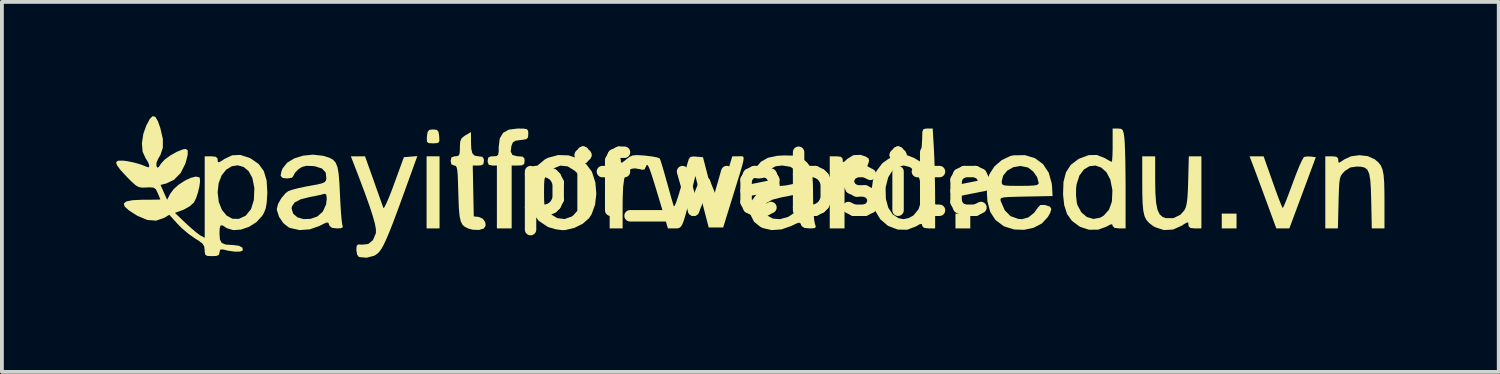
<source format=kicad_pcb>
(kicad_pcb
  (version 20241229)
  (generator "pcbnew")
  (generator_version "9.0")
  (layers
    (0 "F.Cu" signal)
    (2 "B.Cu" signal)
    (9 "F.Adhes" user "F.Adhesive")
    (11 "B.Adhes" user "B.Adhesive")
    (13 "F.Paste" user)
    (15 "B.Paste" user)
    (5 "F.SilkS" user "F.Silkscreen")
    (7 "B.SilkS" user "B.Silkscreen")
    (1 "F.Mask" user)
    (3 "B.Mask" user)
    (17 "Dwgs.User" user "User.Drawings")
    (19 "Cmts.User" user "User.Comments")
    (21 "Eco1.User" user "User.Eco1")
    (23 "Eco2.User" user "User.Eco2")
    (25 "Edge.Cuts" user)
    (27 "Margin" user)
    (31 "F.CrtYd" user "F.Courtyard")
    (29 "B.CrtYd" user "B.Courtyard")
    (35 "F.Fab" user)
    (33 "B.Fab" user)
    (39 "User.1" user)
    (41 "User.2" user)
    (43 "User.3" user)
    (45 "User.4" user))
  (footprint "pif_website"
    (layer "F.Cu")
    (at 16.799 1.783)
    (property "Reference" "pif_website" (at 0 0 0) (layer "F.SilkS") (effects (font (size 1.524 1.524) (thickness 0.3))))
    (attr through_hole)
    (fp_poly (pts (xy -8.305 1.166) (xy -8.645 1.166) (xy -8.645 -0.728) (xy -8.305 -0.728)) (stroke (width 0) (type solid)) (fill yes) (layer "F.SilkS"))
    (fp_poly (pts (xy 5.634 1.166) (xy 5.245 1.166) (xy 5.245 0.777) (xy 5.634 0.777)) (stroke (width 0) (type solid)) (fill yes) (layer "F.SilkS"))
    (fp_poly (pts (xy 12.627 1.166) (xy 12.239 1.166) (xy 12.239 0.777) (xy 12.627 0.777)) (stroke (width 0) (type solid)) (fill yes) (layer "F.SilkS"))
    (fp_poly (pts (xy -8.378 -1.423) (xy -8.333 -1.375) (xy -8.315 -1.26) (xy -8.314 -1.251) (xy -8.309 -1.132) (xy -8.339 -1.081) (xy -8.43 -1.069) (xy -8.475 -1.068) (xy -8.589 -1.074) (xy -8.636 -1.109) (xy -8.639 -1.204) (xy -8.636 -1.251) (xy -8.618 -1.37) (xy -8.575 -1.422) (xy -8.482 -1.433) (xy -8.475 -1.433)) (stroke (width 0) (type solid)) (fill yes) (layer "F.SilkS"))
    (fp_poly (pts (xy 2.883 -0.723) (xy 2.962 -0.674) (xy 2.976 -0.609) (xy 2.951 -0.523) (xy 2.907 -0.427) (xy 2.843 -0.395) (xy 2.733 -0.405) (xy 2.593 -0.409) (xy 2.486 -0.351) (xy 2.448 -0.316) (xy 2.402 -0.265) (xy 2.37 -0.209) (xy 2.349 -0.13) (xy 2.338 -0.011) (xy 2.332 0.165) (xy 2.331 0.418) (xy 2.331 0.483) (xy 2.331 1.166) (xy 1.943 1.166) (xy 1.943 -0.728) (xy 2.113 -0.728) (xy 2.23 -0.717) (xy 2.277 -0.675) (xy 2.283 -0.634) (xy 2.289 -0.577) (xy 2.321 -0.583) (xy 2.399 -0.655) (xy 2.402 -0.658) (xy 2.563 -0.758) (xy 2.751 -0.766)) (stroke (width 0) (type solid)) (fill yes) (layer "F.SilkS"))
    (fp_poly (pts (xy 13.578 -0.049) (xy 13.663 0.189) (xy 13.738 0.391) (xy 13.797 0.54) (xy 13.834 0.621) (xy 13.841 0.631) (xy 13.865 0.588) (xy 13.916 0.47) (xy 13.985 0.292) (xy 14.068 0.071) (xy 14.104 -0.029) (xy 14.193 -0.265) (xy 14.275 -0.468) (xy 14.344 -0.619) (xy 14.392 -0.702) (xy 14.403 -0.712) (xy 14.497 -0.725) (xy 14.587 -0.72) (xy 14.709 -0.704) (xy 14.362 0.231) (xy 14.014 1.166) (xy 13.843 1.165) (xy 13.671 1.165) (xy 13.409 0.449) (xy 13.31 0.181) (xy 13.216 -0.073) (xy 13.135 -0.292) (xy 13.075 -0.452) (xy 13.057 -0.498) (xy 12.969 -0.728) (xy 13.338 -0.728)) (stroke (width 0) (type solid)) (fill yes) (layer "F.SilkS"))
    (fp_poly (pts (xy 10.49 -0.096) (xy 10.496 0.242) (xy 10.515 0.495) (xy 10.551 0.676) (xy 10.607 0.795) (xy 10.687 0.866) (xy 10.769 0.896) (xy 10.973 0.895) (xy 11.153 0.806) (xy 11.253 0.696) (xy 11.291 0.62) (xy 11.318 0.515) (xy 11.337 0.362) (xy 11.35 0.143) (xy 11.357 -0.083) (xy 11.374 -0.728) (xy 11.704 -0.728) (xy 11.704 1.166) (xy 11.534 1.166) (xy 11.417 1.155) (xy 11.37 1.112) (xy 11.364 1.07) (xy 11.359 1.015) (xy 11.327 1.009) (xy 11.247 1.054) (xy 11.188 1.094) (xy 10.959 1.196) (xy 10.718 1.209) (xy 10.488 1.134) (xy 10.437 1.103) (xy 10.336 1.027) (xy 10.261 0.946) (xy 10.21 0.843) (xy 10.178 0.703) (xy 10.16 0.509) (xy 10.152 0.245) (xy 10.151 0.012) (xy 10.15 -0.728) (xy 10.49 -0.728)) (stroke (width 0) (type solid)) (fill yes) (layer "F.SilkS"))
    (fp_poly (pts (xy 16.074 -0.732) (xy 16.254 -0.651) (xy 16.346 -0.574) (xy 16.414 -0.491) (xy 16.46 -0.384) (xy 16.489 -0.239) (xy 16.505 -0.038) (xy 16.511 0.235) (xy 16.512 0.425) (xy 16.512 1.166) (xy 16.179 1.166) (xy 16.164 0.439) (xy 16.155 0.122) (xy 16.139 -0.11) (xy 16.11 -0.271) (xy 16.065 -0.373) (xy 15.996 -0.43) (xy 15.899 -0.454) (xy 15.783 -0.459) (xy 15.613 -0.434) (xy 15.476 -0.345) (xy 15.456 -0.326) (xy 15.403 -0.269) (xy 15.366 -0.212) (xy 15.341 -0.136) (xy 15.326 -0.023) (xy 15.316 0.145) (xy 15.308 0.385) (xy 15.306 0.487) (xy 15.289 1.166) (xy 14.958 1.166) (xy 14.958 -0.728) (xy 15.128 -0.728) (xy 15.245 -0.718) (xy 15.293 -0.676) (xy 15.298 -0.63) (xy 15.303 -0.569) (xy 15.332 -0.563) (xy 15.409 -0.613) (xy 15.448 -0.642) (xy 15.632 -0.727) (xy 15.854 -0.757)) (stroke (width 0) (type solid)) (fill yes) (layer "F.SilkS"))
    (fp_poly (pts (xy -6.089 -1.455) (xy -6.009 -1.439) (xy -5.979 -1.397) (xy -5.974 -1.317) (xy -5.974 -1.314) (xy -5.982 -1.223) (xy -6.025 -1.179) (xy -6.131 -1.16) (xy -6.177 -1.156) (xy -6.31 -1.138) (xy -6.379 -1.094) (xy -6.416 -1.004) (xy -6.417 -1.004) (xy -6.436 -0.85) (xy -6.389 -0.762) (xy -6.269 -0.729) (xy -6.236 -0.728) (xy -6.123 -0.719) (xy -6.078 -0.675) (xy -6.071 -0.607) (xy -6.083 -0.525) (xy -6.141 -0.491) (xy -6.241 -0.486) (xy -6.411 -0.486) (xy -6.411 1.166) (xy -6.799 1.166) (xy -6.799 -0.486) (xy -6.921 -0.486) (xy -7.013 -0.506) (xy -7.042 -0.585) (xy -7.042 -0.607) (xy -7.026 -0.694) (xy -6.96 -0.726) (xy -6.896 -0.728) (xy -6.81 -0.734) (xy -6.767 -0.766) (xy -6.752 -0.85) (xy -6.751 -0.974) (xy -6.724 -1.195) (xy -6.637 -1.344) (xy -6.483 -1.429) (xy -6.254 -1.457) (xy -6.243 -1.457)) (stroke (width 0) (type solid)) (fill yes) (layer "F.SilkS"))
    (fp_poly (pts (xy -9.078 -0.209) (xy -9.252 0.272) (xy -9.398 0.671) (xy -9.519 0.995) (xy -9.62 1.252) (xy -9.704 1.451) (xy -9.775 1.601) (xy -9.836 1.71) (xy -9.893 1.786) (xy -9.947 1.837) (xy -10.004 1.873) (xy -10.03 1.886) (xy -10.219 1.935) (xy -10.401 1.92) (xy -10.43 1.91) (xy -10.471 1.85) (xy -10.49 1.736) (xy -10.49 1.728) (xy -10.482 1.622) (xy -10.44 1.586) (xy -10.343 1.593) (xy -10.178 1.575) (xy -10.053 1.473) (xy -9.979 1.297) (xy -9.976 1.281) (xy -9.976 1.188) (xy -10.002 1.044) (xy -10.058 0.843) (xy -10.144 0.578) (xy -10.264 0.241) (xy -10.42 -0.173) (xy -10.545 -0.498) (xy -10.635 -0.728) (xy -10.262 -0.728) (xy -10.033 -0.085) (xy -9.949 0.154) (xy -9.874 0.363) (xy -9.817 0.524) (xy -9.784 0.619) (xy -9.78 0.631) (xy -9.756 0.614) (xy -9.706 0.518) (xy -9.636 0.358) (xy -9.553 0.147) (xy -9.499 0) (xy -9.242 -0.704) (xy -8.888 -0.734)) (stroke (width 0) (type solid)) (fill yes) (layer "F.SilkS"))
    (fp_poly (pts (xy -7.479 -1.124) (xy -7.472 -0.925) (xy -7.443 -0.805) (xy -7.384 -0.745) (xy -7.286 -0.729) (xy -7.28 -0.728) (xy -7.178 -0.714) (xy -7.142 -0.655) (xy -7.139 -0.607) (xy -7.155 -0.521) (xy -7.221 -0.489) (xy -7.286 -0.486) (xy -7.433 -0.486) (xy -7.406 0.85) (xy -7.273 0.865) (xy -7.169 0.911) (xy -7.105 1.001) (xy -7.095 1.099) (xy -7.145 1.17) (xy -7.27 1.206) (xy -7.434 1.2) (xy -7.554 1.168) (xy -7.641 1.124) (xy -7.705 1.066) (xy -7.749 0.976) (xy -7.779 0.841) (xy -7.797 0.646) (xy -7.808 0.374) (xy -7.812 0.236) (xy -7.82 -0.043) (xy -7.828 -0.24) (xy -7.84 -0.368) (xy -7.857 -0.442) (xy -7.881 -0.476) (xy -7.915 -0.486) (xy -7.922 -0.486) (xy -7.994 -0.517) (xy -8.013 -0.607) (xy -7.993 -0.699) (xy -7.914 -0.728) (xy -7.892 -0.728) (xy -7.819 -0.737) (xy -7.783 -0.779) (xy -7.771 -0.88) (xy -7.771 -0.961) (xy -7.763 -1.109) (xy -7.73 -1.197) (xy -7.654 -1.262) (xy -7.625 -1.279) (xy -7.479 -1.365)) (stroke (width 0) (type solid)) (fill yes) (layer "F.SilkS"))
    (fp_poly (pts (xy -4.922 -0.753) (xy -4.671 -0.674) (xy -4.459 -0.53) (xy -4.308 -0.33) (xy -4.302 -0.317) (xy -4.213 -0.043) (xy -4.187 0.253) (xy -4.22 0.542) (xy -4.312 0.795) (xy -4.379 0.898) (xy -4.543 1.042) (xy -4.762 1.151) (xy -4.999 1.208) (xy -5.075 1.212) (xy -5.248 1.19) (xy -5.432 1.137) (xy -5.467 1.122) (xy -5.7 0.967) (xy -5.861 0.749) (xy -5.948 0.471) (xy -5.957 0.219) (xy -5.561 0.219) (xy -5.559 0.423) (xy -5.55 0.555) (xy -5.525 0.642) (xy -5.479 0.709) (xy -5.402 0.781) (xy -5.216 0.895) (xy -5.021 0.92) (xy -4.836 0.855) (xy -4.797 0.827) (xy -4.665 0.682) (xy -4.591 0.489) (xy -4.57 0.233) (xy -4.574 0.116) (xy -4.591 -0.066) (xy -4.62 -0.184) (xy -4.674 -0.27) (xy -4.751 -0.346) (xy -4.939 -0.463) (xy -5.131 -0.483) (xy -5.321 -0.407) (xy -5.402 -0.344) (xy -5.479 -0.272) (xy -5.525 -0.205) (xy -5.55 -0.118) (xy -5.559 0.015) (xy -5.561 0.219) (xy -5.957 0.219) (xy -5.96 0.135) (xy -5.954 0.075) (xy -5.885 -0.233) (xy -5.746 -0.474) (xy -5.538 -0.647) (xy -5.453 -0.69) (xy -5.189 -0.761)) (stroke (width 0) (type solid)) (fill yes) (layer "F.SilkS"))
    (fp_poly (pts (xy 4.679 -0.911) (xy 4.691 -0.655) (xy 4.7 -0.339) (xy 4.707 0.002) (xy 4.711 0.331) (xy 4.711 0.401) (xy 4.711 1.166) (xy 4.541 1.166) (xy 4.418 1.151) (xy 4.372 1.103) (xy 4.371 1.089) (xy 4.359 1.047) (xy 4.309 1.055) (xy 4.207 1.113) (xy 3.978 1.201) (xy 3.731 1.197) (xy 3.482 1.102) (xy 3.465 1.092) (xy 3.271 0.925) (xy 3.136 0.702) (xy 3.059 0.445) (xy 3.04 0.171) (xy 3.048 0.114) (xy 3.41 0.114) (xy 3.417 0.391) (xy 3.481 0.623) (xy 3.595 0.796) (xy 3.751 0.899) (xy 3.885 0.923) (xy 4.019 0.893) (xy 4.142 0.825) (xy 4.277 0.659) (xy 4.35 0.426) (xy 4.358 0.139) (xy 4.355 0.105) (xy 4.295 -0.151) (xy 4.187 -0.335) (xy 4.046 -0.446) (xy 3.889 -0.486) (xy 3.731 -0.454) (xy 3.588 -0.35) (xy 3.478 -0.175) (xy 3.415 0.072) (xy 3.41 0.114) (xy 3.048 0.114) (xy 3.078 -0.098) (xy 3.172 -0.343) (xy 3.324 -0.546) (xy 3.495 -0.668) (xy 3.741 -0.759) (xy 3.958 -0.763) (xy 4.159 -0.684) (xy 4.31 -0.592) (xy 4.341 -0.812) (xy 4.36 -1.008) (xy 4.371 -1.209) (xy 4.371 -1.245) (xy 4.376 -1.377) (xy 4.402 -1.438) (xy 4.467 -1.456) (xy 4.509 -1.457) (xy 4.647 -1.457)) (stroke (width 0) (type solid)) (fill yes) (layer "F.SilkS"))
    (fp_poly (pts (xy 9.594 -1.45) (xy 9.64 -1.413) (xy 9.666 -1.321) (xy 9.682 -1.202) (xy 9.691 -1.077) (xy 9.699 -0.873) (xy 9.706 -0.61) (xy 9.71 -0.306) (xy 9.713 0.02) (xy 9.713 0.109) (xy 9.713 1.166) (xy 9.543 1.166) (xy 9.417 1.15) (xy 9.373 1.099) (xy 9.373 1.093) (xy 9.359 1.055) (xy 9.301 1.069) (xy 9.215 1.118) (xy 8.996 1.198) (xy 8.753 1.201) (xy 8.521 1.125) (xy 8.498 1.112) (xy 8.304 0.968) (xy 8.175 0.787) (xy 8.1 0.551) (xy 8.074 0.302) (xy 8.411 0.302) (xy 8.431 0.482) (xy 8.448 0.552) (xy 8.55 0.743) (xy 8.696 0.867) (xy 8.868 0.917) (xy 9.045 0.885) (xy 9.142 0.827) (xy 9.28 0.669) (xy 9.354 0.458) (xy 9.366 0.181) (xy 9.364 0.145) (xy 9.312 -0.116) (xy 9.211 -0.308) (xy 9.075 -0.432) (xy 8.921 -0.485) (xy 8.763 -0.468) (xy 8.618 -0.381) (xy 8.5 -0.222) (xy 8.426 0.009) (xy 8.413 0.114) (xy 8.411 0.302) (xy 8.074 0.302) (xy 8.071 0.271) (xy 8.082 -0.055) (xy 8.148 -0.31) (xy 8.274 -0.504) (xy 8.467 -0.65) (xy 8.499 -0.668) (xy 8.743 -0.759) (xy 8.958 -0.763) (xy 9.164 -0.682) (xy 9.168 -0.68) (xy 9.276 -0.617) (xy 9.343 -0.584) (xy 9.35 -0.583) (xy 9.36 -0.628) (xy 9.368 -0.748) (xy 9.373 -0.922) (xy 9.373 -1.02) (xy 9.373 -1.457) (xy 9.512 -1.457)) (stroke (width 0) (type solid)) (fill yes) (layer "F.SilkS"))
    (fp_poly (pts (xy 7.334 -0.678) (xy 7.545 -0.522) (xy 7.694 -0.298) (xy 7.774 -0.013) (xy 7.783 0.083) (xy 7.795 0.316) (xy 7.1 0.329) (xy 6.828 0.335) (xy 6.639 0.341) (xy 6.519 0.351) (xy 6.453 0.367) (xy 6.428 0.391) (xy 6.429 0.427) (xy 6.435 0.451) (xy 6.538 0.688) (xy 6.69 0.843) (xy 6.894 0.916) (xy 6.993 0.923) (xy 7.157 0.878) (xy 7.313 0.754) (xy 7.415 0.612) (xy 7.474 0.552) (xy 7.574 0.549) (xy 7.618 0.557) (xy 7.726 0.594) (xy 7.763 0.656) (xy 7.732 0.76) (xy 7.672 0.865) (xy 7.516 1.034) (xy 7.3 1.148) (xy 7.048 1.203) (xy 6.785 1.194) (xy 6.534 1.116) (xy 6.506 1.102) (xy 6.296 0.946) (xy 6.157 0.731) (xy 6.084 0.452) (xy 6.071 0.234) (xy 6.08 0.036) (xy 6.095 -0.066) (xy 6.459 -0.066) (xy 6.463 -0.014) (xy 6.486 0.019) (xy 6.546 0.038) (xy 6.661 0.046) (xy 6.848 0.048) (xy 6.945 0.049) (xy 7.17 0.046) (xy 7.315 0.038) (xy 7.395 0.021) (xy 7.427 -0.008) (xy 7.431 -0.027) (xy 7.39 -0.18) (xy 7.288 -0.328) (xy 7.154 -0.431) (xy 7.142 -0.436) (xy 6.95 -0.474) (xy 6.763 -0.441) (xy 6.603 -0.351) (xy 6.495 -0.216) (xy 6.459 -0.066) (xy 6.095 -0.066) (xy 6.106 -0.145) (xy 6.136 -0.257) (xy 6.267 -0.461) (xy 6.46 -0.628) (xy 6.684 -0.735) (xy 6.768 -0.754) (xy 7.072 -0.758)) (stroke (width 0) (type solid)) (fill yes) (layer "F.SilkS"))
    (fp_poly (pts (xy -11.373 -0.743) (xy -11.336 -0.734) (xy -11.202 -0.692) (xy -11.103 -0.639) (xy -11.033 -0.561) (xy -10.985 -0.442) (xy -10.955 -0.269) (xy -10.935 -0.026) (xy -10.921 0.26) (xy -10.908 0.523) (xy -10.893 0.757) (xy -10.877 0.941) (xy -10.862 1.056) (xy -10.855 1.081) (xy -10.846 1.137) (xy -10.896 1.161) (xy -11 1.166) (xy -11.13 1.151) (xy -11.193 1.101) (xy -11.204 1.072) (xy -11.223 1.021) (xy -11.261 1.009) (xy -11.341 1.04) (xy -11.449 1.097) (xy -11.709 1.19) (xy -11.98 1.21) (xy -12.23 1.154) (xy -12.272 1.136) (xy -12.41 1.025) (xy -12.52 0.861) (xy -12.576 0.687) (xy -12.578 0.648) (xy -12.578 0.647) (xy -12.19 0.647) (xy -12.148 0.781) (xy -12.037 0.875) (xy -11.878 0.922) (xy -11.693 0.915) (xy -11.517 0.854) (xy -11.371 0.726) (xy -11.285 0.536) (xy -11.267 0.381) (xy -11.28 0.278) (xy -11.323 0.255) (xy -11.337 0.259) (xy -11.42 0.282) (xy -11.564 0.313) (xy -11.714 0.341) (xy -11.957 0.403) (xy -12.111 0.485) (xy -12.183 0.592) (xy -12.19 0.647) (xy -12.578 0.647) (xy -12.544 0.519) (xy -12.459 0.37) (xy -12.349 0.241) (xy -12.278 0.187) (xy -12.18 0.152) (xy -12.016 0.109) (xy -11.814 0.066) (xy -11.729 0.051) (xy -11.522 0.013) (xy -11.392 -0.018) (xy -11.32 -0.051) (xy -11.288 -0.095) (xy -11.277 -0.146) (xy -11.295 -0.301) (xy -11.393 -0.407) (xy -11.574 -0.465) (xy -11.636 -0.472) (xy -11.803 -0.478) (xy -11.92 -0.447) (xy -12.008 -0.39) (xy -12.098 -0.3) (xy -12.141 -0.222) (xy -12.141 -0.215) (xy -12.184 -0.163) (xy -12.311 -0.146) (xy -12.432 -0.161) (xy -12.479 -0.218) (xy -12.458 -0.331) (xy -12.425 -0.412) (xy -12.308 -0.559) (xy -12.122 -0.672) (xy -11.888 -0.745) (xy -11.631 -0.771)) (stroke (width 0) (type solid)) (fill yes) (layer "F.SilkS"))
    (fp_poly (pts (xy 0.966 -0.746) (xy 1.106 -0.723) (xy 1.21 -0.676) (xy 1.247 -0.651) (xy 1.347 -0.566) (xy 1.417 -0.473) (xy 1.463 -0.352) (xy 1.49 -0.185) (xy 1.502 0.045) (xy 1.505 0.3) (xy 1.509 0.547) (xy 1.519 0.768) (xy 1.534 0.939) (xy 1.552 1.039) (xy 1.553 1.041) (xy 1.577 1.121) (xy 1.553 1.157) (xy 1.459 1.165) (xy 1.41 1.166) (xy 1.273 1.152) (xy 1.204 1.103) (xy 1.192 1.076) (xy 1.169 1.026) (xy 1.129 1.016) (xy 1.045 1.047) (xy 0.938 1.1) (xy 0.676 1.192) (xy 0.415 1.21) (xy 0.181 1.155) (xy 0.112 1.119) (xy -0.047 0.989) (xy -0.128 0.828) (xy -0.146 0.654) (xy -0.137 0.609) (xy 0.214 0.609) (xy 0.221 0.695) (xy 0.307 0.831) (xy 0.452 0.909) (xy 0.636 0.923) (xy 0.838 0.867) (xy 0.875 0.849) (xy 0.996 0.767) (xy 1.074 0.656) (xy 1.125 0.486) (xy 1.138 0.418) (xy 1.155 0.299) (xy 1.141 0.253) (xy 1.096 0.259) (xy 1.01 0.282) (xy 0.862 0.314) (xy 0.698 0.345) (xy 0.444 0.409) (xy 0.282 0.497) (xy 0.214 0.609) (xy -0.137 0.609) (xy -0.103 0.436) (xy 0.023 0.266) (xy 0.232 0.146) (xy 0.303 0.123) (xy 0.471 0.08) (xy 0.62 0.053) (xy 0.677 0.048) (xy 0.807 0.035) (xy 0.965 0.002) (xy 0.988 -0.004) (xy 1.107 -0.044) (xy 1.152 -0.091) (xy 1.147 -0.171) (xy 1.144 -0.186) (xy 1.061 -0.352) (xy 0.908 -0.453) (xy 0.697 -0.486) (xy 0.525 -0.467) (xy 0.401 -0.402) (xy 0.362 -0.366) (xy 0.281 -0.272) (xy 0.243 -0.201) (xy 0.243 -0.196) (xy 0.2 -0.163) (xy 0.095 -0.146) (xy 0.073 -0.146) (xy -0.046 -0.159) (xy -0.091 -0.209) (xy -0.065 -0.309) (xy -0.002 -0.423) (xy 0.135 -0.585) (xy 0.32 -0.689) (xy 0.567 -0.742) (xy 0.761 -0.751)) (stroke (width 0) (type solid)) (fill yes) (layer "F.SilkS"))
    (fp_poly (pts (xy -2.961 -0.751) (xy -2.898 -0.745) (xy -2.723 -0.724) (xy -2.589 -0.698) (xy -2.523 -0.672) (xy -2.521 -0.67) (xy -2.498 -0.608) (xy -2.455 -0.473) (xy -2.4 -0.284) (xy -2.337 -0.06) (xy -2.336 -0.058) (xy -2.273 0.169) (xy -2.218 0.366) (xy -2.175 0.511) (xy -2.153 0.583) (xy -2.129 0.571) (xy -2.085 0.466) (xy -2.02 0.268) (xy -1.936 -0.021) (xy -1.832 -0.4) (xy -1.799 -0.525) (xy -1.759 -0.654) (xy -1.714 -0.712) (xy -1.633 -0.724) (xy -1.565 -0.719) (xy -1.386 -0.704) (xy -1.219 -0.059) (xy -1.157 0.171) (xy -1.1 0.36) (xy -1.055 0.491) (xy -1.026 0.548) (xy -1.021 0.548) (xy -0.996 0.49) (xy -0.949 0.356) (xy -0.888 0.167) (xy -0.818 -0.06) (xy -0.803 -0.109) (xy -0.616 -0.728) (xy -0.453 -0.728) (xy -0.395 -0.73) (xy -0.353 -0.729) (xy -0.326 -0.713) (xy -0.318 -0.671) (xy -0.329 -0.591) (xy -0.362 -0.463) (xy -0.417 -0.276) (xy -0.497 -0.018) (xy -0.6 0.316) (xy -0.856 1.141) (xy -1.236 1.141) (xy -1.411 0.464) (xy -1.586 -0.213) (xy -1.694 0.221) (xy -1.774 0.541) (xy -1.836 0.78) (xy -1.886 0.948) (xy -1.928 1.058) (xy -1.969 1.123) (xy -2.014 1.155) (xy -2.069 1.165) (xy -2.128 1.165) (xy -2.307 1.165) (xy -2.572 0.284) (xy -2.665 -0.023) (xy -2.736 -0.245) (xy -2.788 -0.394) (xy -2.826 -0.477) (xy -2.853 -0.504) (xy -2.873 -0.486) (xy -2.878 -0.471) (xy -2.922 -0.383) (xy -2.988 -0.373) (xy -3.033 -0.388) (xy -3.166 -0.411) (xy -3.251 -0.403) (xy -3.343 -0.359) (xy -3.41 -0.273) (xy -3.456 -0.132) (xy -3.483 0.074) (xy -3.495 0.359) (xy -3.497 0.532) (xy -3.497 1.166) (xy -3.837 1.166) (xy -3.837 -0.728) (xy -3.691 -0.728) (xy -3.585 -0.714) (xy -3.547 -0.658) (xy -3.545 -0.627) (xy -3.54 -0.567) (xy -3.511 -0.562) (xy -3.438 -0.616) (xy -3.396 -0.651) (xy -3.311 -0.716) (xy -3.23 -0.751) (xy -3.124 -0.76)) (stroke (width 0) (type solid)) (fill yes) (layer "F.SilkS"))
    (fp_poly (pts (xy -15.77 -1.765) (xy -15.703 -1.653) (xy -15.638 -1.469) (xy -15.572 -1.184) (xy -15.572 -0.952) (xy -15.639 -0.755) (xy -15.685 -0.682) (xy -15.739 -0.562) (xy -15.74 -0.472) (xy -15.713 -0.428) (xy -15.674 -0.453) (xy -15.619 -0.538) (xy -15.526 -0.639) (xy -15.377 -0.749) (xy -15.207 -0.845) (xy -15.049 -0.909) (xy -14.97 -0.922) (xy -14.919 -0.883) (xy -14.92 -0.764) (xy -14.972 -0.563) (xy -14.985 -0.526) (xy -15.106 -0.287) (xy -15.279 -0.111) (xy -15.478 -0.016) (xy -15.633 0.024) (xy -15.547 0.219) (xy -15.46 0.413) (xy -15.378 0.255) (xy -15.286 0.132) (xy -15.152 0.014) (xy -14.997 -0.087) (xy -14.842 -0.161) (xy -14.709 -0.195) (xy -14.619 -0.179) (xy -14.604 -0.162) (xy -14.594 -0.078) (xy -14.612 0.062) (xy -14.65 0.225) (xy -14.702 0.378) (xy -14.757 0.486) (xy -14.86 0.58) (xy -15.006 0.664) (xy -15.05 0.683) (xy -15.254 0.758) (xy -14.973 1.027) (xy -14.824 1.162) (xy -14.689 1.276) (xy -14.593 1.347) (xy -14.582 1.353) (xy -14.473 1.412) (xy -14.473 0.219) (xy -14.133 0.219) (xy -14.103 0.473) (xy -14.02 0.68) (xy -13.897 0.829) (xy -13.746 0.911) (xy -13.577 0.916) (xy -13.403 0.835) (xy -13.39 0.825) (xy -13.256 0.659) (xy -13.182 0.421) (xy -13.169 0.119) (xy -13.171 0.092) (xy -13.221 -0.159) (xy -13.32 -0.339) (xy -13.453 -0.449) (xy -13.604 -0.491) (xy -13.76 -0.467) (xy -13.906 -0.379) (xy -14.026 -0.23) (xy -14.107 -0.021) (xy -14.133 0.219) (xy -14.473 0.219) (xy -14.473 -0.728) (xy -14.303 -0.728) (xy -14.185 -0.717) (xy -14.138 -0.675) (xy -14.133 -0.633) (xy -14.127 -0.578) (xy -14.095 -0.572) (xy -14.015 -0.617) (xy -13.956 -0.657) (xy -13.752 -0.754) (xy -13.541 -0.765) (xy -13.305 -0.69) (xy -13.259 -0.668) (xy -13.057 -0.528) (xy -12.921 -0.341) (xy -12.847 -0.096) (xy -12.828 0.22) (xy -12.83 0.271) (xy -12.844 0.489) (xy -12.871 0.643) (xy -12.919 0.763) (xy -12.967 0.842) (xy -13.118 1.004) (xy -13.311 1.125) (xy -13.52 1.197) (xy -13.722 1.211) (xy -13.89 1.161) (xy -13.917 1.143) (xy -14.008 1.084) (xy -14.059 1.091) (xy -14.08 1.174) (xy -14.084 1.306) (xy -14.073 1.456) (xy -14.027 1.545) (xy -13.927 1.589) (xy -13.752 1.602) (xy -13.72 1.603) (xy -13.571 1.622) (xy -13.483 1.67) (xy -13.471 1.737) (xy -13.476 1.746) (xy -13.545 1.775) (xy -13.681 1.776) (xy -13.86 1.751) (xy -13.999 1.717) (xy -14.067 1.725) (xy -14.084 1.794) (xy -14.099 1.859) (xy -14.162 1.888) (xy -14.278 1.894) (xy -14.403 1.889) (xy -14.458 1.857) (xy -14.473 1.777) (xy -14.474 1.736) (xy -14.485 1.639) (xy -14.531 1.565) (xy -14.633 1.487) (xy -14.722 1.433) (xy -14.895 1.312) (xy -15.078 1.156) (xy -15.185 1.048) (xy -15.402 0.808) (xy -15.54 0.89) (xy -15.749 0.962) (xy -15.98 0.944) (xy -16.239 0.835) (xy -16.248 0.83) (xy -16.457 0.698) (xy -16.574 0.593) (xy -16.599 0.514) (xy -16.531 0.458) (xy -16.369 0.425) (xy -16.113 0.413) (xy -16.073 0.413) (xy -15.881 0.412) (xy -15.733 0.41) (xy -15.649 0.408) (xy -15.638 0.406) (xy -15.655 0.362) (xy -15.696 0.262) (xy -15.706 0.238) (xy -15.754 0.141) (xy -15.812 0.096) (xy -15.913 0.087) (xy -16.003 0.091) (xy -16.119 0.095) (xy -16.205 0.079) (xy -16.288 0.032) (xy -16.392 -0.061) (xy -16.518 -0.188) (xy -16.687 -0.371) (xy -16.78 -0.498) (xy -16.799 -0.577) (xy -16.744 -0.613) (xy -16.616 -0.614) (xy -16.549 -0.606) (xy -16.365 -0.572) (xy -16.191 -0.526) (xy -16.13 -0.505) (xy -16.018 -0.46) (xy -15.952 -0.438) (xy -15.948 -0.437) (xy -15.927 -0.472) (xy -15.952 -0.557) (xy -16.013 -0.661) (xy -16.027 -0.68) (xy -16.104 -0.85) (xy -16.122 -1.073) (xy -16.083 -1.324) (xy -16.004 -1.542) (xy -15.915 -1.708) (xy -15.839 -1.783)) (stroke (width 0) (type solid)) (fill yes) (layer "F.SilkS")))
  (gr_rect
    (start -3 -3)
    (end 36.312 6.718)
    (stroke (width 0.1) (type default))
    (fill no)
    (layer "Edge.Cuts")))
</source>
